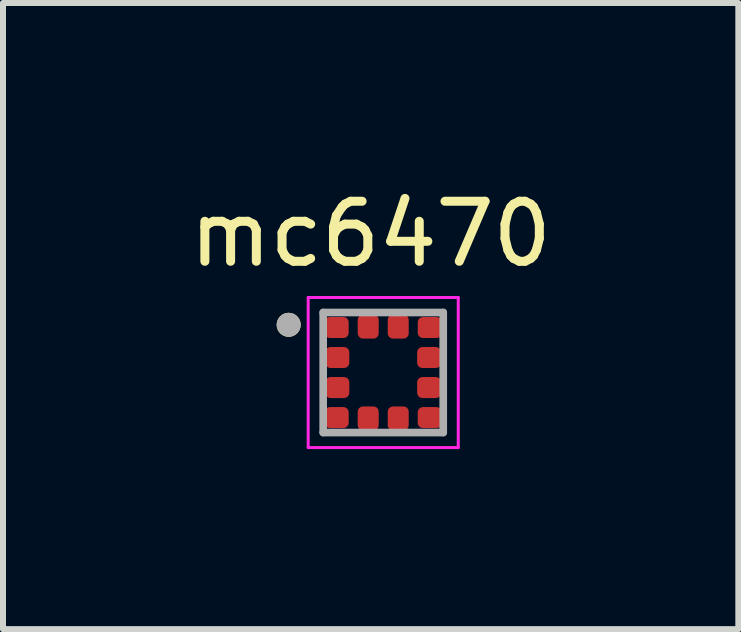
<source format=kicad_pcb>
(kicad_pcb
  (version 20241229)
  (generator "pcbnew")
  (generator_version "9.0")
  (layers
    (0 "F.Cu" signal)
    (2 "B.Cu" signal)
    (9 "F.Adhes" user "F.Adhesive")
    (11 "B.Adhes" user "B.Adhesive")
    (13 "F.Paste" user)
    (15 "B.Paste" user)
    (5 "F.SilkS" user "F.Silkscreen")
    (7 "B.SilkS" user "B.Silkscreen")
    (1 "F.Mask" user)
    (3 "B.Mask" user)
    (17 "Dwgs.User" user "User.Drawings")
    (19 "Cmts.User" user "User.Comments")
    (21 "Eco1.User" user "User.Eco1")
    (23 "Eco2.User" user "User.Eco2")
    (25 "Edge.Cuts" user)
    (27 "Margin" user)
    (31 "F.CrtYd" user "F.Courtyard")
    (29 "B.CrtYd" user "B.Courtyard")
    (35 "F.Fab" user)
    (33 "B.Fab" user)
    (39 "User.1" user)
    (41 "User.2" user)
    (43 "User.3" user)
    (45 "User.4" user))
  (footprint "mc6470"
    (layer "F.Cu")
    (at 3.334 3.156)
    (property "Reference" "mc6470" (at -0.209 -2.308 0) (layer "F.SilkS") (effects (font (size 1 1) (thickness 0.15))))
    (attr smd)
    (fp_poly (pts (xy -0.625 -0.975) (xy -0.619 -0.974) (xy -0.614 -0.974) (xy -0.608 -0.972) (xy -0.603 -0.971) (xy -0.597 -0.969) (xy -0.592 -0.967) (xy -0.587 -0.965) (xy -0.582 -0.963) (xy -0.577 -0.96) (xy -0.572 -0.957) (xy -0.568 -0.954) (xy -0.563 -0.95) (xy -0.559 -0.946) (xy -0.555 -0.942) (xy -0.551 -0.938) (xy -0.548 -0.934) (xy -0.544 -0.929) (xy -0.541 -0.925) (xy -0.538 -0.92) (xy -0.536 -0.915) (xy -0.533 -0.91) (xy -0.531 -0.904) (xy -0.529 -0.899) (xy -0.528 -0.894) (xy -0.527 -0.888) (xy -0.526 -0.882) (xy -0.525 -0.877) (xy -0.525 -0.871) (xy -0.525 -0.866) (xy -0.525 -0.86) (xy -0.525 -0.64) (xy -0.525 -0.634) (xy -0.525 -0.629) (xy -0.525 -0.623) (xy -0.526 -0.618) (xy -0.527 -0.612) (xy -0.528 -0.606) (xy -0.529 -0.601) (xy -0.531 -0.596) (xy -0.533 -0.59) (xy -0.536 -0.585) (xy -0.538 -0.58) (xy -0.541 -0.575) (xy -0.544 -0.571) (xy -0.548 -0.566) (xy -0.551 -0.562) (xy -0.555 -0.558) (xy -0.559 -0.554) (xy -0.563 -0.55) (xy -0.568 -0.546) (xy -0.572 -0.543) (xy -0.577 -0.54) (xy -0.582 -0.537) (xy -0.587 -0.535) (xy -0.592 -0.533) (xy -0.597 -0.531) (xy -0.603 -0.529) (xy -0.608 -0.528) (xy -0.614 -0.526) (xy -0.619 -0.526) (xy -0.625 -0.525) (xy -0.925 -0.525) (xy -0.931 -0.526) (xy -0.936 -0.526) (xy -0.942 -0.528) (xy -0.947 -0.529) (xy -0.953 -0.531) (xy -0.958 -0.533) (xy -0.963 -0.535) (xy -0.968 -0.537) (xy -0.973 -0.54) (xy -0.978 -0.543) (xy -0.982 -0.546) (xy -0.987 -0.55) (xy -0.991 -0.554) (xy -0.995 -0.558) (xy -0.999 -0.562) (xy -1.002 -0.566) (xy -1.006 -0.571) (xy -1.009 -0.575) (xy -1.012 -0.58) (xy -1.014 -0.585) (xy -1.017 -0.59) (xy -1.019 -0.596) (xy -1.021 -0.601) (xy -1.022 -0.606) (xy -1.023 -0.612) (xy -1.024 -0.618) (xy -1.025 -0.623) (xy -1.025 -0.629) (xy -1.025 -0.634) (xy -1.025 -0.64) (xy -1.025 -0.86) (xy -1.025 -0.866) (xy -1.025 -0.871) (xy -1.025 -0.877) (xy -1.024 -0.882) (xy -1.023 -0.888) (xy -1.022 -0.894) (xy -1.021 -0.899) (xy -1.019 -0.904) (xy -1.017 -0.91) (xy -1.014 -0.915) (xy -1.012 -0.92) (xy -1.009 -0.925) (xy -1.006 -0.929) (xy -1.002 -0.934) (xy -0.999 -0.938) (xy -0.995 -0.942) (xy -0.991 -0.946) (xy -0.987 -0.95) (xy -0.982 -0.954) (xy -0.978 -0.957) (xy -0.973 -0.96) (xy -0.968 -0.963) (xy -0.963 -0.965) (xy -0.958 -0.967) (xy -0.953 -0.969) (xy -0.947 -0.971) (xy -0.942 -0.972) (xy -0.936 -0.974) (xy -0.931 -0.974) (xy -0.925 -0.975) (xy -0.625 -0.975)) (stroke (width 0.01) (type solid)) (fill yes) (layer "F.Mask"))
    (fp_poly (pts (xy -0.625 0.525) (xy -0.619 0.526) (xy -0.614 0.526) (xy -0.608 0.528) (xy -0.603 0.529) (xy -0.597 0.531) (xy -0.592 0.533) (xy -0.587 0.535) (xy -0.582 0.537) (xy -0.577 0.54) (xy -0.572 0.543) (xy -0.568 0.546) (xy -0.563 0.55) (xy -0.559 0.554) (xy -0.555 0.558) (xy -0.551 0.562) (xy -0.548 0.566) (xy -0.544 0.571) (xy -0.541 0.575) (xy -0.538 0.58) (xy -0.536 0.585) (xy -0.533 0.59) (xy -0.531 0.596) (xy -0.529 0.601) (xy -0.528 0.606) (xy -0.527 0.612) (xy -0.526 0.618) (xy -0.525 0.623) (xy -0.525 0.629) (xy -0.525 0.634) (xy -0.525 0.64) (xy -0.525 0.86) (xy -0.525 0.866) (xy -0.525 0.871) (xy -0.525 0.877) (xy -0.526 0.882) (xy -0.527 0.888) (xy -0.528 0.894) (xy -0.529 0.899) (xy -0.531 0.904) (xy -0.533 0.91) (xy -0.536 0.915) (xy -0.538 0.92) (xy -0.541 0.925) (xy -0.544 0.929) (xy -0.548 0.934) (xy -0.551 0.938) (xy -0.555 0.942) (xy -0.559 0.946) (xy -0.563 0.95) (xy -0.568 0.954) (xy -0.572 0.957) (xy -0.577 0.96) (xy -0.582 0.963) (xy -0.587 0.965) (xy -0.592 0.967) (xy -0.597 0.969) (xy -0.603 0.971) (xy -0.608 0.972) (xy -0.614 0.974) (xy -0.619 0.974) (xy -0.625 0.975) (xy -0.925 0.975) (xy -0.931 0.974) (xy -0.936 0.974) (xy -0.942 0.972) (xy -0.947 0.971) (xy -0.953 0.969) (xy -0.958 0.967) (xy -0.963 0.965) (xy -0.968 0.963) (xy -0.973 0.96) (xy -0.978 0.957) (xy -0.982 0.954) (xy -0.987 0.95) (xy -0.991 0.946) (xy -0.995 0.942) (xy -0.999 0.938) (xy -1.002 0.934) (xy -1.006 0.929) (xy -1.009 0.925) (xy -1.012 0.92) (xy -1.014 0.915) (xy -1.017 0.91) (xy -1.019 0.904) (xy -1.021 0.899) (xy -1.022 0.894) (xy -1.023 0.888) (xy -1.024 0.882) (xy -1.025 0.877) (xy -1.025 0.871) (xy -1.025 0.866) (xy -1.025 0.86) (xy -1.025 0.64) (xy -1.025 0.634) (xy -1.025 0.629) (xy -1.025 0.623) (xy -1.024 0.618) (xy -1.023 0.612) (xy -1.022 0.606) (xy -1.021 0.601) (xy -1.019 0.596) (xy -1.017 0.59) (xy -1.014 0.585) (xy -1.012 0.58) (xy -1.009 0.575) (xy -1.006 0.571) (xy -1.002 0.566) (xy -0.999 0.562) (xy -0.995 0.558) (xy -0.991 0.554) (xy -0.987 0.55) (xy -0.982 0.546) (xy -0.978 0.543) (xy -0.973 0.54) (xy -0.968 0.537) (xy -0.963 0.535) (xy -0.958 0.533) (xy -0.953 0.531) (xy -0.947 0.529) (xy -0.942 0.528) (xy -0.936 0.526) (xy -0.931 0.526) (xy -0.925 0.525) (xy -0.625 0.525)) (stroke (width 0.01) (type solid)) (fill yes) (layer "F.Mask"))
    (fp_poly (pts (xy -0.615 -0.475) (xy -0.609 -0.474) (xy -0.604 -0.474) (xy -0.598 -0.472) (xy -0.593 -0.471) (xy -0.587 -0.469) (xy -0.582 -0.467) (xy -0.577 -0.465) (xy -0.572 -0.463) (xy -0.567 -0.46) (xy -0.562 -0.457) (xy -0.558 -0.454) (xy -0.553 -0.45) (xy -0.549 -0.446) (xy -0.545 -0.442) (xy -0.541 -0.438) (xy -0.538 -0.434) (xy -0.534 -0.429) (xy -0.531 -0.425) (xy -0.528 -0.42) (xy -0.526 -0.415) (xy -0.523 -0.41) (xy -0.521 -0.404) (xy -0.519 -0.399) (xy -0.518 -0.394) (xy -0.517 -0.388) (xy -0.516 -0.382) (xy -0.515 -0.377) (xy -0.515 -0.371) (xy -0.515 -0.366) (xy -0.515 -0.36) (xy -0.515 -0.14) (xy -0.515 -0.134) (xy -0.515 -0.129) (xy -0.515 -0.123) (xy -0.516 -0.118) (xy -0.517 -0.112) (xy -0.518 -0.106) (xy -0.519 -0.101) (xy -0.521 -0.096) (xy -0.523 -0.09) (xy -0.526 -0.085) (xy -0.528 -0.08) (xy -0.531 -0.075) (xy -0.534 -0.071) (xy -0.538 -0.066) (xy -0.541 -0.062) (xy -0.545 -0.058) (xy -0.549 -0.054) (xy -0.553 -0.05) (xy -0.558 -0.046) (xy -0.562 -0.043) (xy -0.567 -0.04) (xy -0.572 -0.037) (xy -0.577 -0.035) (xy -0.582 -0.033) (xy -0.587 -0.031) (xy -0.593 -0.029) (xy -0.598 -0.028) (xy -0.604 -0.026) (xy -0.609 -0.026) (xy -0.615 -0.025) (xy -0.915 -0.025) (xy -0.921 -0.026) (xy -0.926 -0.026) (xy -0.932 -0.028) (xy -0.937 -0.029) (xy -0.943 -0.031) (xy -0.948 -0.033) (xy -0.953 -0.035) (xy -0.958 -0.037) (xy -0.963 -0.04) (xy -0.968 -0.043) (xy -0.972 -0.046) (xy -0.977 -0.05) (xy -0.981 -0.054) (xy -0.985 -0.058) (xy -0.989 -0.062) (xy -0.992 -0.066) (xy -0.996 -0.071) (xy -0.999 -0.075) (xy -1.002 -0.08) (xy -1.004 -0.085) (xy -1.007 -0.09) (xy -1.009 -0.096) (xy -1.011 -0.101) (xy -1.012 -0.106) (xy -1.013 -0.112) (xy -1.014 -0.118) (xy -1.015 -0.123) (xy -1.015 -0.129) (xy -1.015 -0.134) (xy -1.015 -0.14) (xy -1.015 -0.36) (xy -1.015 -0.366) (xy -1.015 -0.371) (xy -1.015 -0.377) (xy -1.014 -0.382) (xy -1.013 -0.388) (xy -1.012 -0.394) (xy -1.011 -0.399) (xy -1.009 -0.404) (xy -1.007 -0.41) (xy -1.004 -0.415) (xy -1.002 -0.42) (xy -0.999 -0.425) (xy -0.996 -0.429) (xy -0.992 -0.434) (xy -0.989 -0.438) (xy -0.985 -0.442) (xy -0.981 -0.446) (xy -0.977 -0.45) (xy -0.972 -0.454) (xy -0.968 -0.457) (xy -0.963 -0.46) (xy -0.958 -0.463) (xy -0.953 -0.465) (xy -0.948 -0.467) (xy -0.943 -0.469) (xy -0.937 -0.471) (xy -0.932 -0.472) (xy -0.926 -0.474) (xy -0.921 -0.474) (xy -0.915 -0.475) (xy -0.615 -0.475)) (stroke (width 0.01) (type solid)) (fill yes) (layer "F.Mask"))
    (fp_poly (pts (xy -0.615 0.025) (xy -0.609 0.026) (xy -0.604 0.026) (xy -0.598 0.028) (xy -0.593 0.029) (xy -0.587 0.031) (xy -0.582 0.033) (xy -0.577 0.035) (xy -0.572 0.037) (xy -0.567 0.04) (xy -0.562 0.043) (xy -0.558 0.046) (xy -0.553 0.05) (xy -0.549 0.054) (xy -0.545 0.058) (xy -0.541 0.062) (xy -0.538 0.066) (xy -0.534 0.071) (xy -0.531 0.075) (xy -0.528 0.08) (xy -0.526 0.085) (xy -0.523 0.09) (xy -0.521 0.096) (xy -0.519 0.101) (xy -0.518 0.106) (xy -0.517 0.112) (xy -0.516 0.118) (xy -0.515 0.123) (xy -0.515 0.129) (xy -0.515 0.134) (xy -0.515 0.14) (xy -0.515 0.36) (xy -0.515 0.366) (xy -0.515 0.371) (xy -0.515 0.377) (xy -0.516 0.382) (xy -0.517 0.388) (xy -0.518 0.394) (xy -0.519 0.399) (xy -0.521 0.404) (xy -0.523 0.41) (xy -0.526 0.415) (xy -0.528 0.42) (xy -0.531 0.425) (xy -0.534 0.429) (xy -0.538 0.434) (xy -0.541 0.438) (xy -0.545 0.442) (xy -0.549 0.446) (xy -0.553 0.45) (xy -0.558 0.454) (xy -0.562 0.457) (xy -0.567 0.46) (xy -0.572 0.463) (xy -0.577 0.465) (xy -0.582 0.467) (xy -0.587 0.469) (xy -0.593 0.471) (xy -0.598 0.472) (xy -0.604 0.474) (xy -0.609 0.474) (xy -0.615 0.475) (xy -0.915 0.475) (xy -0.921 0.474) (xy -0.926 0.474) (xy -0.932 0.472) (xy -0.937 0.471) (xy -0.943 0.469) (xy -0.948 0.467) (xy -0.953 0.465) (xy -0.958 0.463) (xy -0.963 0.46) (xy -0.968 0.457) (xy -0.972 0.454) (xy -0.977 0.45) (xy -0.981 0.446) (xy -0.985 0.442) (xy -0.989 0.438) (xy -0.992 0.434) (xy -0.996 0.429) (xy -0.999 0.425) (xy -1.002 0.42) (xy -1.004 0.415) (xy -1.007 0.41) (xy -1.009 0.404) (xy -1.011 0.399) (xy -1.012 0.394) (xy -1.013 0.388) (xy -1.014 0.382) (xy -1.015 0.377) (xy -1.015 0.371) (xy -1.015 0.366) (xy -1.015 0.36) (xy -1.015 0.14) (xy -1.015 0.134) (xy -1.015 0.129) (xy -1.015 0.123) (xy -1.014 0.118) (xy -1.013 0.112) (xy -1.012 0.106) (xy -1.011 0.101) (xy -1.009 0.096) (xy -1.007 0.09) (xy -1.004 0.085) (xy -1.002 0.08) (xy -0.999 0.075) (xy -0.996 0.071) (xy -0.992 0.066) (xy -0.989 0.062) (xy -0.985 0.058) (xy -0.981 0.054) (xy -0.977 0.05) (xy -0.972 0.046) (xy -0.968 0.043) (xy -0.963 0.04) (xy -0.958 0.037) (xy -0.953 0.035) (xy -0.948 0.033) (xy -0.943 0.031) (xy -0.937 0.029) (xy -0.932 0.028) (xy -0.926 0.026) (xy -0.921 0.026) (xy -0.915 0.025) (xy -0.615 0.025)) (stroke (width 0.01) (type solid)) (fill yes) (layer "F.Mask"))
    (fp_poly (pts (xy -0.475 -0.915) (xy -0.474 -0.921) (xy -0.474 -0.926) (xy -0.472 -0.932) (xy -0.471 -0.937) (xy -0.469 -0.943) (xy -0.467 -0.948) (xy -0.465 -0.953) (xy -0.463 -0.958) (xy -0.46 -0.963) (xy -0.457 -0.968) (xy -0.454 -0.972) (xy -0.45 -0.977) (xy -0.446 -0.981) (xy -0.442 -0.985) (xy -0.438 -0.989) (xy -0.434 -0.992) (xy -0.429 -0.996) (xy -0.425 -0.999) (xy -0.42 -1.002) (xy -0.415 -1.004) (xy -0.41 -1.007) (xy -0.404 -1.009) (xy -0.399 -1.011) (xy -0.394 -1.012) (xy -0.388 -1.013) (xy -0.382 -1.014) (xy -0.377 -1.015) (xy -0.371 -1.015) (xy -0.366 -1.015) (xy -0.36 -1.015) (xy -0.14 -1.015) (xy -0.134 -1.015) (xy -0.129 -1.015) (xy -0.123 -1.015) (xy -0.118 -1.014) (xy -0.112 -1.013) (xy -0.106 -1.012) (xy -0.101 -1.011) (xy -0.096 -1.009) (xy -0.09 -1.007) (xy -0.085 -1.004) (xy -0.08 -1.002) (xy -0.075 -0.999) (xy -0.071 -0.996) (xy -0.066 -0.992) (xy -0.062 -0.989) (xy -0.058 -0.985) (xy -0.054 -0.981) (xy -0.05 -0.977) (xy -0.046 -0.972) (xy -0.043 -0.968) (xy -0.04 -0.963) (xy -0.037 -0.958) (xy -0.035 -0.953) (xy -0.033 -0.948) (xy -0.031 -0.943) (xy -0.029 -0.937) (xy -0.028 -0.932) (xy -0.026 -0.926) (xy -0.026 -0.921) (xy -0.025 -0.915) (xy -0.025 -0.615) (xy -0.026 -0.609) (xy -0.026 -0.604) (xy -0.028 -0.598) (xy -0.029 -0.593) (xy -0.031 -0.587) (xy -0.033 -0.582) (xy -0.035 -0.577) (xy -0.037 -0.572) (xy -0.04 -0.567) (xy -0.043 -0.562) (xy -0.046 -0.558) (xy -0.05 -0.553) (xy -0.054 -0.549) (xy -0.058 -0.545) (xy -0.062 -0.541) (xy -0.066 -0.538) (xy -0.071 -0.534) (xy -0.075 -0.531) (xy -0.08 -0.528) (xy -0.085 -0.526) (xy -0.09 -0.523) (xy -0.096 -0.521) (xy -0.101 -0.519) (xy -0.106 -0.518) (xy -0.112 -0.517) (xy -0.118 -0.516) (xy -0.123 -0.515) (xy -0.129 -0.515) (xy -0.134 -0.515) (xy -0.14 -0.515) (xy -0.36 -0.515) (xy -0.366 -0.515) (xy -0.371 -0.515) (xy -0.377 -0.515) (xy -0.382 -0.516) (xy -0.388 -0.517) (xy -0.394 -0.518) (xy -0.399 -0.519) (xy -0.404 -0.521) (xy -0.41 -0.523) (xy -0.415 -0.526) (xy -0.42 -0.528) (xy -0.425 -0.531) (xy -0.429 -0.534) (xy -0.434 -0.538) (xy -0.438 -0.541) (xy -0.442 -0.545) (xy -0.446 -0.549) (xy -0.45 -0.553) (xy -0.454 -0.558) (xy -0.457 -0.562) (xy -0.46 -0.567) (xy -0.463 -0.572) (xy -0.465 -0.577) (xy -0.467 -0.582) (xy -0.469 -0.587) (xy -0.471 -0.593) (xy -0.472 -0.598) (xy -0.474 -0.604) (xy -0.474 -0.609) (xy -0.475 -0.615) (xy -0.475 -0.915)) (stroke (width 0.01) (type solid)) (fill yes) (layer "F.Mask"))
    (fp_poly (pts (xy -0.475 0.615) (xy -0.474 0.609) (xy -0.474 0.604) (xy -0.472 0.598) (xy -0.471 0.593) (xy -0.469 0.587) (xy -0.467 0.582) (xy -0.465 0.577) (xy -0.463 0.572) (xy -0.46 0.567) (xy -0.457 0.562) (xy -0.454 0.558) (xy -0.45 0.553) (xy -0.446 0.549) (xy -0.442 0.545) (xy -0.438 0.541) (xy -0.434 0.538) (xy -0.429 0.534) (xy -0.425 0.531) (xy -0.42 0.528) (xy -0.415 0.526) (xy -0.41 0.523) (xy -0.404 0.521) (xy -0.399 0.519) (xy -0.394 0.518) (xy -0.388 0.517) (xy -0.382 0.516) (xy -0.377 0.515) (xy -0.371 0.515) (xy -0.366 0.515) (xy -0.36 0.515) (xy -0.14 0.515) (xy -0.134 0.515) (xy -0.129 0.515) (xy -0.123 0.515) (xy -0.118 0.516) (xy -0.112 0.517) (xy -0.106 0.518) (xy -0.101 0.519) (xy -0.096 0.521) (xy -0.09 0.523) (xy -0.085 0.526) (xy -0.08 0.528) (xy -0.075 0.531) (xy -0.071 0.534) (xy -0.066 0.538) (xy -0.062 0.541) (xy -0.058 0.545) (xy -0.054 0.549) (xy -0.05 0.553) (xy -0.046 0.558) (xy -0.043 0.562) (xy -0.04 0.567) (xy -0.037 0.572) (xy -0.035 0.577) (xy -0.033 0.582) (xy -0.031 0.587) (xy -0.029 0.593) (xy -0.028 0.598) (xy -0.026 0.604) (xy -0.026 0.609) (xy -0.025 0.615) (xy -0.025 0.915) (xy -0.026 0.921) (xy -0.026 0.926) (xy -0.028 0.932) (xy -0.029 0.937) (xy -0.031 0.943) (xy -0.033 0.948) (xy -0.035 0.953) (xy -0.037 0.958) (xy -0.04 0.963) (xy -0.043 0.968) (xy -0.046 0.972) (xy -0.05 0.977) (xy -0.054 0.981) (xy -0.058 0.985) (xy -0.062 0.989) (xy -0.066 0.992) (xy -0.071 0.996) (xy -0.075 0.999) (xy -0.08 1.002) (xy -0.085 1.004) (xy -0.09 1.007) (xy -0.096 1.009) (xy -0.101 1.011) (xy -0.106 1.012) (xy -0.112 1.013) (xy -0.118 1.014) (xy -0.123 1.015) (xy -0.129 1.015) (xy -0.134 1.015) (xy -0.14 1.015) (xy -0.36 1.015) (xy -0.366 1.015) (xy -0.371 1.015) (xy -0.377 1.015) (xy -0.382 1.014) (xy -0.388 1.013) (xy -0.394 1.012) (xy -0.399 1.011) (xy -0.404 1.009) (xy -0.41 1.007) (xy -0.415 1.004) (xy -0.42 1.002) (xy -0.425 0.999) (xy -0.429 0.996) (xy -0.434 0.992) (xy -0.438 0.989) (xy -0.442 0.985) (xy -0.446 0.981) (xy -0.45 0.977) (xy -0.454 0.972) (xy -0.457 0.968) (xy -0.46 0.963) (xy -0.463 0.958) (xy -0.465 0.953) (xy -0.467 0.948) (xy -0.469 0.943) (xy -0.471 0.937) (xy -0.472 0.932) (xy -0.474 0.926) (xy -0.474 0.921) (xy -0.475 0.915) (xy -0.475 0.615)) (stroke (width 0.01) (type solid)) (fill yes) (layer "F.Mask"))
    (fp_poly (pts (xy 0.025 -0.915) (xy 0.026 -0.921) (xy 0.026 -0.926) (xy 0.028 -0.932) (xy 0.029 -0.937) (xy 0.031 -0.943) (xy 0.033 -0.948) (xy 0.035 -0.953) (xy 0.037 -0.958) (xy 0.04 -0.963) (xy 0.043 -0.968) (xy 0.046 -0.972) (xy 0.05 -0.977) (xy 0.054 -0.981) (xy 0.058 -0.985) (xy 0.062 -0.989) (xy 0.066 -0.992) (xy 0.071 -0.996) (xy 0.075 -0.999) (xy 0.08 -1.002) (xy 0.085 -1.004) (xy 0.09 -1.007) (xy 0.096 -1.009) (xy 0.101 -1.011) (xy 0.106 -1.012) (xy 0.112 -1.013) (xy 0.118 -1.014) (xy 0.123 -1.015) (xy 0.129 -1.015) (xy 0.134 -1.015) (xy 0.14 -1.015) (xy 0.36 -1.015) (xy 0.366 -1.015) (xy 0.371 -1.015) (xy 0.377 -1.015) (xy 0.382 -1.014) (xy 0.388 -1.013) (xy 0.394 -1.012) (xy 0.399 -1.011) (xy 0.404 -1.009) (xy 0.41 -1.007) (xy 0.415 -1.004) (xy 0.42 -1.002) (xy 0.425 -0.999) (xy 0.429 -0.996) (xy 0.434 -0.992) (xy 0.438 -0.989) (xy 0.442 -0.985) (xy 0.446 -0.981) (xy 0.45 -0.977) (xy 0.454 -0.972) (xy 0.457 -0.968) (xy 0.46 -0.963) (xy 0.463 -0.958) (xy 0.465 -0.953) (xy 0.467 -0.948) (xy 0.469 -0.943) (xy 0.471 -0.937) (xy 0.472 -0.932) (xy 0.474 -0.926) (xy 0.474 -0.921) (xy 0.475 -0.915) (xy 0.475 -0.615) (xy 0.474 -0.609) (xy 0.474 -0.604) (xy 0.472 -0.598) (xy 0.471 -0.593) (xy 0.469 -0.587) (xy 0.467 -0.582) (xy 0.465 -0.577) (xy 0.463 -0.572) (xy 0.46 -0.567) (xy 0.457 -0.562) (xy 0.454 -0.558) (xy 0.45 -0.553) (xy 0.446 -0.549) (xy 0.442 -0.545) (xy 0.438 -0.541) (xy 0.434 -0.538) (xy 0.429 -0.534) (xy 0.425 -0.531) (xy 0.42 -0.528) (xy 0.415 -0.526) (xy 0.41 -0.523) (xy 0.404 -0.521) (xy 0.399 -0.519) (xy 0.394 -0.518) (xy 0.388 -0.517) (xy 0.382 -0.516) (xy 0.377 -0.515) (xy 0.371 -0.515) (xy 0.366 -0.515) (xy 0.36 -0.515) (xy 0.14 -0.515) (xy 0.134 -0.515) (xy 0.129 -0.515) (xy 0.123 -0.515) (xy 0.118 -0.516) (xy 0.112 -0.517) (xy 0.106 -0.518) (xy 0.101 -0.519) (xy 0.096 -0.521) (xy 0.09 -0.523) (xy 0.085 -0.526) (xy 0.08 -0.528) (xy 0.075 -0.531) (xy 0.071 -0.534) (xy 0.066 -0.538) (xy 0.062 -0.541) (xy 0.058 -0.545) (xy 0.054 -0.549) (xy 0.05 -0.553) (xy 0.046 -0.558) (xy 0.043 -0.562) (xy 0.04 -0.567) (xy 0.037 -0.572) (xy 0.035 -0.577) (xy 0.033 -0.582) (xy 0.031 -0.587) (xy 0.029 -0.593) (xy 0.028 -0.598) (xy 0.026 -0.604) (xy 0.026 -0.609) (xy 0.025 -0.615) (xy 0.025 -0.915)) (stroke (width 0.01) (type solid)) (fill yes) (layer "F.Mask"))
    (fp_poly (pts (xy 0.025 0.615) (xy 0.026 0.609) (xy 0.026 0.604) (xy 0.028 0.598) (xy 0.029 0.593) (xy 0.031 0.587) (xy 0.033 0.582) (xy 0.035 0.577) (xy 0.037 0.572) (xy 0.04 0.567) (xy 0.043 0.562) (xy 0.046 0.558) (xy 0.05 0.553) (xy 0.054 0.549) (xy 0.058 0.545) (xy 0.062 0.541) (xy 0.066 0.538) (xy 0.071 0.534) (xy 0.075 0.531) (xy 0.08 0.528) (xy 0.085 0.526) (xy 0.09 0.523) (xy 0.096 0.521) (xy 0.101 0.519) (xy 0.106 0.518) (xy 0.112 0.517) (xy 0.118 0.516) (xy 0.123 0.515) (xy 0.129 0.515) (xy 0.134 0.515) (xy 0.14 0.515) (xy 0.36 0.515) (xy 0.366 0.515) (xy 0.371 0.515) (xy 0.377 0.515) (xy 0.382 0.516) (xy 0.388 0.517) (xy 0.394 0.518) (xy 0.399 0.519) (xy 0.404 0.521) (xy 0.41 0.523) (xy 0.415 0.526) (xy 0.42 0.528) (xy 0.425 0.531) (xy 0.429 0.534) (xy 0.434 0.538) (xy 0.438 0.541) (xy 0.442 0.545) (xy 0.446 0.549) (xy 0.45 0.553) (xy 0.454 0.558) (xy 0.457 0.562) (xy 0.46 0.567) (xy 0.463 0.572) (xy 0.465 0.577) (xy 0.467 0.582) (xy 0.469 0.587) (xy 0.471 0.593) (xy 0.472 0.598) (xy 0.474 0.604) (xy 0.474 0.609) (xy 0.475 0.615) (xy 0.475 0.915) (xy 0.474 0.921) (xy 0.474 0.926) (xy 0.472 0.932) (xy 0.471 0.937) (xy 0.469 0.943) (xy 0.467 0.948) (xy 0.465 0.953) (xy 0.463 0.958) (xy 0.46 0.963) (xy 0.457 0.968) (xy 0.454 0.972) (xy 0.45 0.977) (xy 0.446 0.981) (xy 0.442 0.985) (xy 0.438 0.989) (xy 0.434 0.992) (xy 0.429 0.996) (xy 0.425 0.999) (xy 0.42 1.002) (xy 0.415 1.004) (xy 0.41 1.007) (xy 0.404 1.009) (xy 0.399 1.011) (xy 0.394 1.012) (xy 0.388 1.013) (xy 0.382 1.014) (xy 0.377 1.015) (xy 0.371 1.015) (xy 0.366 1.015) (xy 0.36 1.015) (xy 0.14 1.015) (xy 0.134 1.015) (xy 0.129 1.015) (xy 0.123 1.015) (xy 0.118 1.014) (xy 0.112 1.013) (xy 0.106 1.012) (xy 0.101 1.011) (xy 0.096 1.009) (xy 0.09 1.007) (xy 0.085 1.004) (xy 0.08 1.002) (xy 0.075 0.999) (xy 0.071 0.996) (xy 0.066 0.992) (xy 0.062 0.989) (xy 0.058 0.985) (xy 0.054 0.981) (xy 0.05 0.977) (xy 0.046 0.972) (xy 0.043 0.968) (xy 0.04 0.963) (xy 0.037 0.958) (xy 0.035 0.953) (xy 0.033 0.948) (xy 0.031 0.943) (xy 0.029 0.937) (xy 0.028 0.932) (xy 0.026 0.926) (xy 0.026 0.921) (xy 0.025 0.915) (xy 0.025 0.615)) (stroke (width 0.01) (type solid)) (fill yes) (layer "F.Mask"))
    (fp_poly (pts (xy 0.915 -0.475) (xy 0.921 -0.474) (xy 0.926 -0.474) (xy 0.932 -0.472) (xy 0.937 -0.471) (xy 0.943 -0.469) (xy 0.948 -0.467) (xy 0.953 -0.465) (xy 0.958 -0.463) (xy 0.963 -0.46) (xy 0.968 -0.457) (xy 0.972 -0.454) (xy 0.977 -0.45) (xy 0.981 -0.446) (xy 0.985 -0.442) (xy 0.989 -0.438) (xy 0.992 -0.434) (xy 0.996 -0.429) (xy 0.999 -0.425) (xy 1.002 -0.42) (xy 1.004 -0.415) (xy 1.007 -0.41) (xy 1.009 -0.404) (xy 1.011 -0.399) (xy 1.012 -0.394) (xy 1.013 -0.388) (xy 1.014 -0.382) (xy 1.015 -0.377) (xy 1.015 -0.371) (xy 1.015 -0.366) (xy 1.015 -0.36) (xy 1.015 -0.14) (xy 1.015 -0.134) (xy 1.015 -0.129) (xy 1.015 -0.123) (xy 1.014 -0.118) (xy 1.013 -0.112) (xy 1.012 -0.106) (xy 1.011 -0.101) (xy 1.009 -0.096) (xy 1.007 -0.09) (xy 1.004 -0.085) (xy 1.002 -0.08) (xy 0.999 -0.075) (xy 0.996 -0.071) (xy 0.992 -0.066) (xy 0.989 -0.062) (xy 0.985 -0.058) (xy 0.981 -0.054) (xy 0.977 -0.05) (xy 0.972 -0.046) (xy 0.968 -0.043) (xy 0.963 -0.04) (xy 0.958 -0.037) (xy 0.953 -0.035) (xy 0.948 -0.033) (xy 0.943 -0.031) (xy 0.937 -0.029) (xy 0.932 -0.028) (xy 0.926 -0.026) (xy 0.921 -0.026) (xy 0.915 -0.025) (xy 0.615 -0.025) (xy 0.609 -0.026) (xy 0.604 -0.026) (xy 0.598 -0.028) (xy 0.593 -0.029) (xy 0.587 -0.031) (xy 0.582 -0.033) (xy 0.577 -0.035) (xy 0.572 -0.037) (xy 0.567 -0.04) (xy 0.562 -0.043) (xy 0.558 -0.046) (xy 0.553 -0.05) (xy 0.549 -0.054) (xy 0.545 -0.058) (xy 0.541 -0.062) (xy 0.538 -0.066) (xy 0.534 -0.071) (xy 0.531 -0.075) (xy 0.528 -0.08) (xy 0.526 -0.085) (xy 0.523 -0.09) (xy 0.521 -0.096) (xy 0.519 -0.101) (xy 0.518 -0.106) (xy 0.517 -0.112) (xy 0.516 -0.118) (xy 0.515 -0.123) (xy 0.515 -0.129) (xy 0.515 -0.134) (xy 0.515 -0.14) (xy 0.515 -0.36) (xy 0.515 -0.366) (xy 0.515 -0.371) (xy 0.515 -0.377) (xy 0.516 -0.382) (xy 0.517 -0.388) (xy 0.518 -0.394) (xy 0.519 -0.399) (xy 0.521 -0.404) (xy 0.523 -0.41) (xy 0.526 -0.415) (xy 0.528 -0.42) (xy 0.531 -0.425) (xy 0.534 -0.429) (xy 0.538 -0.434) (xy 0.541 -0.438) (xy 0.545 -0.442) (xy 0.549 -0.446) (xy 0.553 -0.45) (xy 0.558 -0.454) (xy 0.562 -0.457) (xy 0.567 -0.46) (xy 0.572 -0.463) (xy 0.577 -0.465) (xy 0.582 -0.467) (xy 0.587 -0.469) (xy 0.593 -0.471) (xy 0.598 -0.472) (xy 0.604 -0.474) (xy 0.609 -0.474) (xy 0.615 -0.475) (xy 0.915 -0.475)) (stroke (width 0.01) (type solid)) (fill yes) (layer "F.Mask"))
    (fp_poly (pts (xy 0.915 0.025) (xy 0.921 0.026) (xy 0.926 0.026) (xy 0.932 0.028) (xy 0.937 0.029) (xy 0.943 0.031) (xy 0.948 0.033) (xy 0.953 0.035) (xy 0.958 0.037) (xy 0.963 0.04) (xy 0.968 0.043) (xy 0.972 0.046) (xy 0.977 0.05) (xy 0.981 0.054) (xy 0.985 0.058) (xy 0.989 0.062) (xy 0.992 0.066) (xy 0.996 0.071) (xy 0.999 0.075) (xy 1.002 0.08) (xy 1.004 0.085) (xy 1.007 0.09) (xy 1.009 0.096) (xy 1.011 0.101) (xy 1.012 0.106) (xy 1.013 0.112) (xy 1.014 0.118) (xy 1.015 0.123) (xy 1.015 0.129) (xy 1.015 0.134) (xy 1.015 0.14) (xy 1.015 0.36) (xy 1.015 0.366) (xy 1.015 0.371) (xy 1.015 0.377) (xy 1.014 0.382) (xy 1.013 0.388) (xy 1.012 0.394) (xy 1.011 0.399) (xy 1.009 0.404) (xy 1.007 0.41) (xy 1.004 0.415) (xy 1.002 0.42) (xy 0.999 0.425) (xy 0.996 0.429) (xy 0.992 0.434) (xy 0.989 0.438) (xy 0.985 0.442) (xy 0.981 0.446) (xy 0.977 0.45) (xy 0.972 0.454) (xy 0.968 0.457) (xy 0.963 0.46) (xy 0.958 0.463) (xy 0.953 0.465) (xy 0.948 0.467) (xy 0.943 0.469) (xy 0.937 0.471) (xy 0.932 0.472) (xy 0.926 0.474) (xy 0.921 0.474) (xy 0.915 0.475) (xy 0.615 0.475) (xy 0.609 0.474) (xy 0.604 0.474) (xy 0.598 0.472) (xy 0.593 0.471) (xy 0.587 0.469) (xy 0.582 0.467) (xy 0.577 0.465) (xy 0.572 0.463) (xy 0.567 0.46) (xy 0.562 0.457) (xy 0.558 0.454) (xy 0.553 0.45) (xy 0.549 0.446) (xy 0.545 0.442) (xy 0.541 0.438) (xy 0.538 0.434) (xy 0.534 0.429) (xy 0.531 0.425) (xy 0.528 0.42) (xy 0.526 0.415) (xy 0.523 0.41) (xy 0.521 0.404) (xy 0.519 0.399) (xy 0.518 0.394) (xy 0.517 0.388) (xy 0.516 0.382) (xy 0.515 0.377) (xy 0.515 0.371) (xy 0.515 0.366) (xy 0.515 0.36) (xy 0.515 0.14) (xy 0.515 0.134) (xy 0.515 0.129) (xy 0.515 0.123) (xy 0.516 0.118) (xy 0.517 0.112) (xy 0.518 0.106) (xy 0.519 0.101) (xy 0.521 0.096) (xy 0.523 0.09) (xy 0.526 0.085) (xy 0.528 0.08) (xy 0.531 0.075) (xy 0.534 0.071) (xy 0.538 0.066) (xy 0.541 0.062) (xy 0.545 0.058) (xy 0.549 0.054) (xy 0.553 0.05) (xy 0.558 0.046) (xy 0.562 0.043) (xy 0.567 0.04) (xy 0.572 0.037) (xy 0.577 0.035) (xy 0.582 0.033) (xy 0.587 0.031) (xy 0.593 0.029) (xy 0.598 0.028) (xy 0.604 0.026) (xy 0.609 0.026) (xy 0.615 0.025) (xy 0.915 0.025)) (stroke (width 0.01) (type solid)) (fill yes) (layer "F.Mask"))
    (fp_poly (pts (xy 0.925 -0.975) (xy 0.931 -0.974) (xy 0.936 -0.974) (xy 0.942 -0.972) (xy 0.947 -0.971) (xy 0.953 -0.969) (xy 0.958 -0.967) (xy 0.963 -0.965) (xy 0.968 -0.963) (xy 0.973 -0.96) (xy 0.978 -0.957) (xy 0.982 -0.954) (xy 0.987 -0.95) (xy 0.991 -0.946) (xy 0.995 -0.942) (xy 0.999 -0.938) (xy 1.002 -0.934) (xy 1.006 -0.929) (xy 1.009 -0.925) (xy 1.012 -0.92) (xy 1.014 -0.915) (xy 1.017 -0.91) (xy 1.019 -0.904) (xy 1.021 -0.899) (xy 1.022 -0.894) (xy 1.023 -0.888) (xy 1.024 -0.882) (xy 1.025 -0.877) (xy 1.025 -0.871) (xy 1.025 -0.866) (xy 1.025 -0.86) (xy 1.025 -0.64) (xy 1.025 -0.634) (xy 1.025 -0.629) (xy 1.025 -0.623) (xy 1.024 -0.618) (xy 1.023 -0.612) (xy 1.022 -0.606) (xy 1.021 -0.601) (xy 1.019 -0.596) (xy 1.017 -0.59) (xy 1.014 -0.585) (xy 1.012 -0.58) (xy 1.009 -0.575) (xy 1.006 -0.571) (xy 1.002 -0.566) (xy 0.999 -0.562) (xy 0.995 -0.558) (xy 0.991 -0.554) (xy 0.987 -0.55) (xy 0.982 -0.546) (xy 0.978 -0.543) (xy 0.973 -0.54) (xy 0.968 -0.537) (xy 0.963 -0.535) (xy 0.958 -0.533) (xy 0.953 -0.531) (xy 0.947 -0.529) (xy 0.942 -0.528) (xy 0.936 -0.526) (xy 0.931 -0.526) (xy 0.925 -0.525) (xy 0.625 -0.525) (xy 0.619 -0.526) (xy 0.614 -0.526) (xy 0.608 -0.528) (xy 0.603 -0.529) (xy 0.597 -0.531) (xy 0.592 -0.533) (xy 0.587 -0.535) (xy 0.582 -0.537) (xy 0.577 -0.54) (xy 0.572 -0.543) (xy 0.568 -0.546) (xy 0.563 -0.55) (xy 0.559 -0.554) (xy 0.555 -0.558) (xy 0.551 -0.562) (xy 0.548 -0.566) (xy 0.544 -0.571) (xy 0.541 -0.575) (xy 0.538 -0.58) (xy 0.536 -0.585) (xy 0.533 -0.59) (xy 0.531 -0.596) (xy 0.529 -0.601) (xy 0.528 -0.606) (xy 0.527 -0.612) (xy 0.526 -0.618) (xy 0.525 -0.623) (xy 0.525 -0.629) (xy 0.525 -0.634) (xy 0.525 -0.64) (xy 0.525 -0.86) (xy 0.525 -0.866) (xy 0.525 -0.871) (xy 0.525 -0.877) (xy 0.526 -0.882) (xy 0.527 -0.888) (xy 0.528 -0.894) (xy 0.529 -0.899) (xy 0.531 -0.904) (xy 0.533 -0.91) (xy 0.536 -0.915) (xy 0.538 -0.92) (xy 0.541 -0.925) (xy 0.544 -0.929) (xy 0.548 -0.934) (xy 0.551 -0.938) (xy 0.555 -0.942) (xy 0.559 -0.946) (xy 0.563 -0.95) (xy 0.568 -0.954) (xy 0.572 -0.957) (xy 0.577 -0.96) (xy 0.582 -0.963) (xy 0.587 -0.965) (xy 0.592 -0.967) (xy 0.597 -0.969) (xy 0.603 -0.971) (xy 0.608 -0.972) (xy 0.614 -0.974) (xy 0.619 -0.974) (xy 0.625 -0.975) (xy 0.925 -0.975)) (stroke (width 0.01) (type solid)) (fill yes) (layer "F.Mask"))
    (fp_poly (pts (xy 0.925 0.525) (xy 0.931 0.526) (xy 0.936 0.526) (xy 0.942 0.528) (xy 0.947 0.529) (xy 0.953 0.531) (xy 0.958 0.533) (xy 0.963 0.535) (xy 0.968 0.537) (xy 0.973 0.54) (xy 0.978 0.543) (xy 0.982 0.546) (xy 0.987 0.55) (xy 0.991 0.554) (xy 0.995 0.558) (xy 0.999 0.562) (xy 1.002 0.566) (xy 1.006 0.571) (xy 1.009 0.575) (xy 1.012 0.58) (xy 1.014 0.585) (xy 1.017 0.59) (xy 1.019 0.596) (xy 1.021 0.601) (xy 1.022 0.606) (xy 1.023 0.612) (xy 1.024 0.618) (xy 1.025 0.623) (xy 1.025 0.629) (xy 1.025 0.634) (xy 1.025 0.64) (xy 1.025 0.86) (xy 1.025 0.866) (xy 1.025 0.871) (xy 1.025 0.877) (xy 1.024 0.882) (xy 1.023 0.888) (xy 1.022 0.894) (xy 1.021 0.899) (xy 1.019 0.904) (xy 1.017 0.91) (xy 1.014 0.915) (xy 1.012 0.92) (xy 1.009 0.925) (xy 1.006 0.929) (xy 1.002 0.934) (xy 0.999 0.938) (xy 0.995 0.942) (xy 0.991 0.946) (xy 0.987 0.95) (xy 0.982 0.954) (xy 0.978 0.957) (xy 0.973 0.96) (xy 0.968 0.963) (xy 0.963 0.965) (xy 0.958 0.967) (xy 0.953 0.969) (xy 0.947 0.971) (xy 0.942 0.972) (xy 0.936 0.974) (xy 0.931 0.974) (xy 0.925 0.975) (xy 0.625 0.975) (xy 0.619 0.974) (xy 0.614 0.974) (xy 0.608 0.972) (xy 0.603 0.971) (xy 0.597 0.969) (xy 0.592 0.967) (xy 0.587 0.965) (xy 0.582 0.963) (xy 0.577 0.96) (xy 0.572 0.957) (xy 0.568 0.954) (xy 0.563 0.95) (xy 0.559 0.946) (xy 0.555 0.942) (xy 0.551 0.938) (xy 0.548 0.934) (xy 0.544 0.929) (xy 0.541 0.925) (xy 0.538 0.92) (xy 0.536 0.915) (xy 0.533 0.91) (xy 0.531 0.904) (xy 0.529 0.899) (xy 0.528 0.894) (xy 0.527 0.888) (xy 0.526 0.882) (xy 0.525 0.877) (xy 0.525 0.871) (xy 0.525 0.866) (xy 0.525 0.86) (xy 0.525 0.64) (xy 0.525 0.634) (xy 0.525 0.629) (xy 0.525 0.623) (xy 0.526 0.618) (xy 0.527 0.612) (xy 0.528 0.606) (xy 0.529 0.601) (xy 0.531 0.596) (xy 0.533 0.59) (xy 0.536 0.585) (xy 0.538 0.58) (xy 0.541 0.575) (xy 0.544 0.571) (xy 0.548 0.566) (xy 0.551 0.562) (xy 0.555 0.558) (xy 0.559 0.554) (xy 0.563 0.55) (xy 0.568 0.546) (xy 0.572 0.543) (xy 0.577 0.54) (xy 0.582 0.537) (xy 0.587 0.535) (xy 0.592 0.533) (xy 0.597 0.531) (xy 0.603 0.529) (xy 0.608 0.528) (xy 0.614 0.526) (xy 0.619 0.526) (xy 0.625 0.525) (xy 0.925 0.525)) (stroke (width 0.01) (type solid)) (fill yes) (layer "F.Mask"))
    (fp_circle (center -1.575 -0.795) (end -1.475 -0.795) (stroke (width 0.2) (type solid)) (fill no) (layer "F.SilkS"))
    (fp_line (start -1.25 -1.25) (end -1.25 1.25) (stroke (width 0.05) (type solid)) (layer "F.CrtYd"))
    (fp_line (start -1.25 -1.25) (end 1.25 -1.25) (stroke (width 0.05) (type solid)) (layer "F.CrtYd"))
    (fp_line (start -1.25 1.25) (end 1.25 1.25) (stroke (width 0.05) (type solid)) (layer "F.CrtYd"))
    (fp_line (start 1.25 -1.25) (end 1.25 1.25) (stroke (width 0.05) (type solid)) (layer "F.CrtYd"))
    (fp_line (start -1 -1) (end -1 1) (stroke (width 0.127) (type solid)) (layer "F.Fab"))
    (fp_line (start -1 -1) (end 1 -1) (stroke (width 0.127) (type solid)) (layer "F.Fab"))
    (fp_line (start -1 1) (end 1 1) (stroke (width 0.127) (type solid)) (layer "F.Fab"))
    (fp_line (start 1 -1) (end 1 1) (stroke (width 0.127) (type solid)) (layer "F.Fab"))
    (fp_circle (center -1.575 -0.795) (end -1.475 -0.795) (stroke (width 0.2) (type solid)) (fill no) (layer "F.Fab"))
    (pad "1" smd roundrect (at -0.775 -0.75) (size 0.4 0.35) (layers "F.Cu" "F.Paste") (roundrect_rratio 0.25))
    (pad "2" smd roundrect (at -0.765 -0.25) (size 0.4 0.35) (layers "F.Cu" "F.Paste") (roundrect_rratio 0.25))
    (pad "3" smd roundrect (at -0.765 0.25) (size 0.4 0.35) (layers "F.Cu" "F.Paste") (roundrect_rratio 0.25))
    (pad "4" smd roundrect (at -0.775 0.75) (size 0.4 0.35) (layers "F.Cu" "F.Paste") (roundrect_rratio 0.25))
    (pad "5" smd roundrect (at -0.25 0.765) (size 0.35 0.4) (layers "F.Cu" "F.Paste") (roundrect_rratio 0.25))
    (pad "6" smd roundrect (at 0.25 0.765) (size 0.35 0.4) (layers "F.Cu" "F.Paste") (roundrect_rratio 0.25))
    (pad "7" smd roundrect (at 0.775 0.75) (size 0.4 0.35) (layers "F.Cu" "F.Paste") (roundrect_rratio 0.25))
    (pad "8" smd roundrect (at 0.765 0.25) (size 0.4 0.35) (layers "F.Cu" "F.Paste") (roundrect_rratio 0.25))
    (pad "9" smd roundrect (at 0.765 -0.25) (size 0.4 0.35) (layers "F.Cu" "F.Paste") (roundrect_rratio 0.25))
    (pad "10" smd roundrect (at 0.775 -0.75) (size 0.4 0.35) (layers "F.Cu" "F.Paste") (roundrect_rratio 0.25))
    (pad "11" smd roundrect (at 0.25 -0.765) (size 0.35 0.4) (layers "F.Cu" "F.Paste") (roundrect_rratio 0.25))
    (pad "12" smd roundrect (at -0.25 -0.765) (size 0.35 0.4) (layers "F.Cu" "F.Paste") (roundrect_rratio 0.25)))
  (gr_rect
    (start -3 -3)
    (end 9.25 7.431)
    (stroke (width 0.1) (type default))
    (fill no)
    (layer "Edge.Cuts")))
</source>
